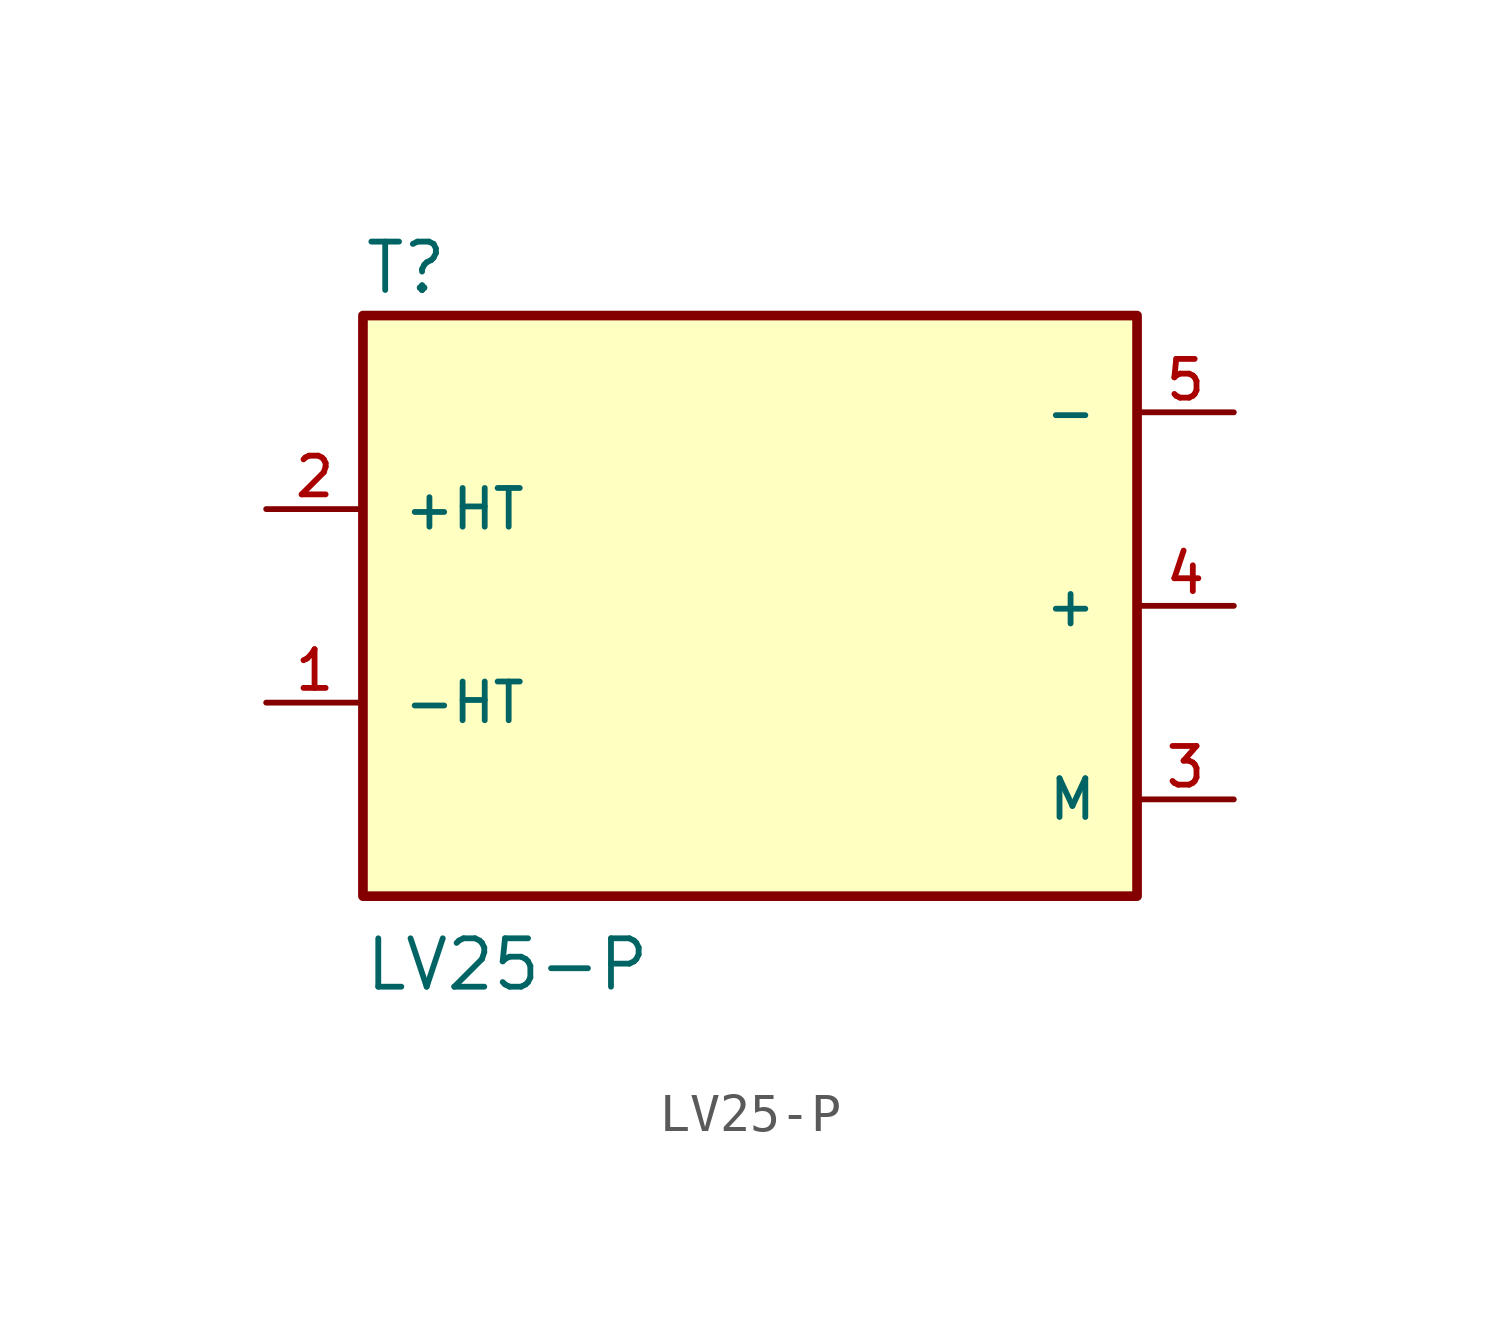
<source format=kicad_sym>
(kicad_symbol_lib
  (version 20211014)
  (generator kicad_symbol_editor)
  (symbol "LV25-P"
    (pin_names
      (offset 1.016))
    (property "Reference" "T"
      (at -10.16 8.128 0)
      (effects (font (size 1.27 1.27)) (justify bottom left)))
    (property "Value" "LV25-P"
      (at -10.16 -10.16 0)
      (effects (font (size 1.27 1.27)) (justify bottom left)))
    (symbol "LV25-P_0_0"
      (rectangle (start -10.16 -7.62) (end 10.16 7.62) (stroke (width 0.254)) (fill (type background)))
      (pin output line (at 12.7 -5.08 180.0) (length 2.54) (name "M" (effects (font (size 1.016 1.016)))) (number "3" (effects (font (size 1.016 1.016)))))
      (pin output line (at 12.7 5.08 180.0) (length 2.54) (name "-" (effects (font (size 1.016 1.016)))) (number "5" (effects (font (size 1.016 1.016)))))
      (pin output line (at 12.7 0.0 180.0) (length 2.54) (name "+" (effects (font (size 1.016 1.016)))) (number "4" (effects (font (size 1.016 1.016)))))
      (pin input line (at -12.7 2.54 0) (length 2.54) (name "+HT" (effects (font (size 1.016 1.016)))) (number "2" (effects (font (size 1.016 1.016)))))
      (pin input line (at -12.7 -2.54 0) (length 2.54) (name "-HT" (effects (font (size 1.016 1.016)))) (number "1" (effects (font (size 1.016 1.016))))))))
</source>
